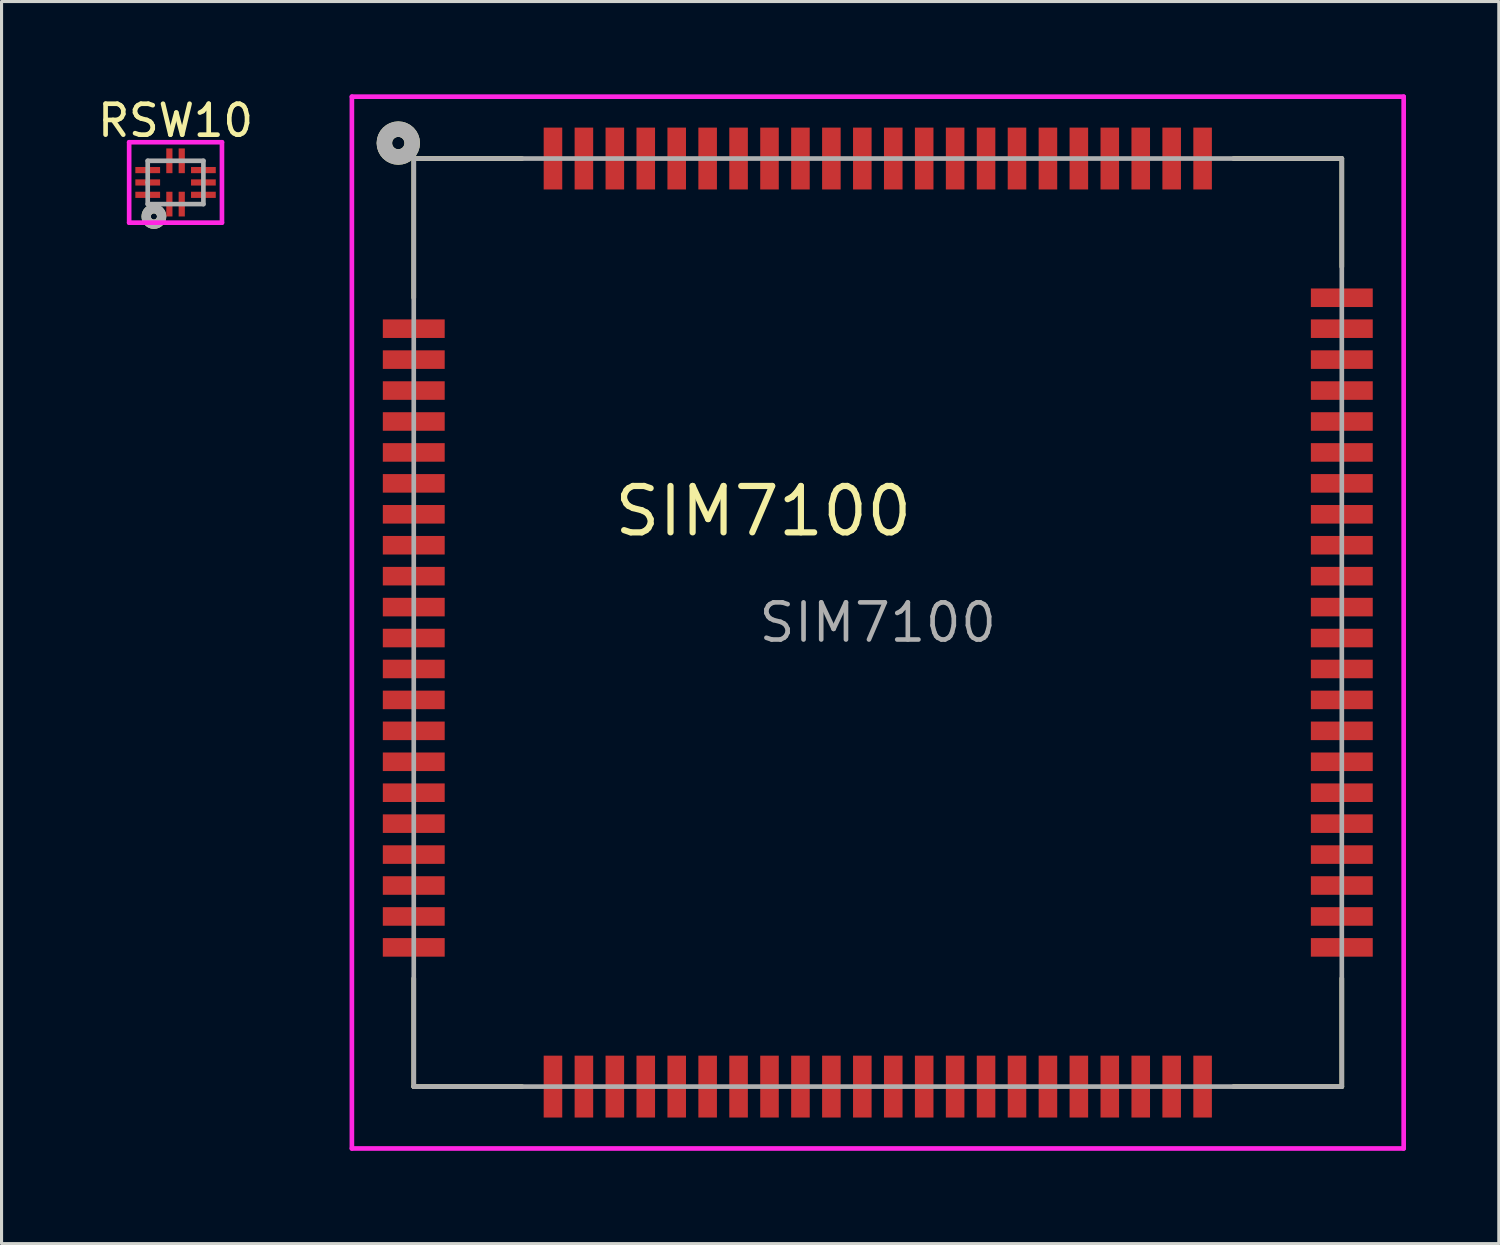
<source format=kicad_pcb>
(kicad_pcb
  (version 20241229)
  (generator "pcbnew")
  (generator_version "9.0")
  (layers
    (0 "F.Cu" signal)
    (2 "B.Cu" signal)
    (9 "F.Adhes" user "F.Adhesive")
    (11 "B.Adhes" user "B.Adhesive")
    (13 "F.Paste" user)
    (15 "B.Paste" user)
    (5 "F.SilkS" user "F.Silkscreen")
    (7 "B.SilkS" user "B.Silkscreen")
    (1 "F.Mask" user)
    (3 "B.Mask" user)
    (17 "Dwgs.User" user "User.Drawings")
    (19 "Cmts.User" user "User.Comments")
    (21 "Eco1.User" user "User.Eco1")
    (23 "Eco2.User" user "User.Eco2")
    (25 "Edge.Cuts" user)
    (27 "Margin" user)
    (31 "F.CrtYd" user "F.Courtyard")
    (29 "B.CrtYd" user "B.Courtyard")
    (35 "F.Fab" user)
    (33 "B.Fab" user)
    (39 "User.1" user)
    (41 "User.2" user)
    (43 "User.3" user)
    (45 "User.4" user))
  (footprint "SIM7100"
    (layer "F.Cu")
    (at 25.325 17.075)
    (property "Reference" "SIM7100" (at 0 0 0) (layer "F.Fab") (effects (font (size 1.2 1.2) (thickness 0.15))))
    (attr through_hole)
    (fp_line (start -15 -15) (end -15 -10.5) (stroke (width 0.15) (type solid)) (layer "F.SilkS"))
    (fp_line (start -15 15) (end -15 11.5) (stroke (width 0.15) (type solid)) (layer "F.SilkS"))
    (fp_line (start -11.5 -15) (end -15 -15) (stroke (width 0.15) (type solid)) (layer "F.SilkS"))
    (fp_line (start -11.5 15) (end -15 15) (stroke (width 0.15) (type solid)) (layer "F.SilkS"))
    (fp_line (start 11.5 -15) (end 15 -15) (stroke (width 0.15) (type solid)) (layer "F.SilkS"))
    (fp_line (start 11.5 15) (end 15 15) (stroke (width 0.15) (type solid)) (layer "F.SilkS"))
    (fp_line (start 15 -15) (end 15 -11.5) (stroke (width 0.15) (type solid)) (layer "F.SilkS"))
    (fp_line (start 15 15) (end 15 11.5) (stroke (width 0.15) (type solid)) (layer "F.SilkS"))
    (fp_circle (center -15.5 -15.5) (end -15.5 -15.3) (stroke (width 0.5) (type solid)) (fill no) (layer "F.SilkS"))
    (fp_line (start -17 -17) (end 17 -17) (stroke (width 0.15) (type solid)) (layer "F.CrtYd"))
    (fp_line (start -17 17) (end -17 -17) (stroke (width 0.15) (type solid)) (layer "F.CrtYd"))
    (fp_line (start 17 -17) (end 17 17) (stroke (width 0.15) (type solid)) (layer "F.CrtYd"))
    (fp_line (start 17 17) (end -17 17) (stroke (width 0.15) (type solid)) (layer "F.CrtYd"))
    (fp_line (start -15 -15) (end 15 -15) (stroke (width 0.15) (type solid)) (layer "F.Fab"))
    (fp_line (start -15 15) (end -15 -15) (stroke (width 0.15) (type solid)) (layer "F.Fab"))
    (fp_line (start 15 -15) (end 15 15) (stroke (width 0.15) (type solid)) (layer "F.Fab"))
    (fp_line (start 15 15) (end -15 15) (stroke (width 0.15) (type solid)) (layer "F.Fab"))
    (fp_circle (center -15.5 -15.5) (end -15.3 -15.5) (stroke (width 0.5) (type solid)) (fill no) (layer "F.Fab"))
    (fp_text user "SIM7100" (at -3.7 -3.6 0) (layer "F.SilkS") (effects (font (size 1.5 1.5) (thickness 0.2))))
    (pad "1" smd rect (at -15 -9.5 90) (size 0.6 2) (layers "F.Cu" "F.Mask" "F.Paste"))
    (pad "2" smd rect (at -15 -8.5 90) (size 0.6 2) (layers "F.Cu" "F.Mask" "F.Paste"))
    (pad "3" smd rect (at -15 -7.5 90) (size 0.6 2) (layers "F.Cu" "F.Mask" "F.Paste"))
    (pad "4" smd rect (at -15 -6.5 90) (size 0.6 2) (layers "F.Cu" "F.Mask" "F.Paste"))
    (pad "5" smd rect (at -15 -5.5 90) (size 0.6 2) (layers "F.Cu" "F.Mask" "F.Paste"))
    (pad "6" smd rect (at -15 -4.5 90) (size 0.6 2) (layers "F.Cu" "F.Mask" "F.Paste"))
    (pad "7" smd rect (at -15 -3.5 90) (size 0.6 2) (layers "F.Cu" "F.Mask" "F.Paste"))
    (pad "8" smd rect (at -15 -2.5 90) (size 0.6 2) (layers "F.Cu" "F.Mask" "F.Paste"))
    (pad "9" smd rect (at -15 -1.5 90) (size 0.6 2) (layers "F.Cu" "F.Mask" "F.Paste"))
    (pad "10" smd rect (at -15 -0.5 90) (size 0.6 2) (layers "F.Cu" "F.Mask" "F.Paste"))
    (pad "11" smd rect (at -15 0.5 90) (size 0.6 2) (layers "F.Cu" "F.Mask" "F.Paste"))
    (pad "12" smd rect (at -15 1.5 90) (size 0.6 2) (layers "F.Cu" "F.Mask" "F.Paste"))
    (pad "13" smd rect (at -15 2.5 90) (size 0.6 2) (layers "F.Cu" "F.Mask" "F.Paste"))
    (pad "14" smd rect (at -15 3.5 90) (size 0.6 2) (layers "F.Cu" "F.Mask" "F.Paste"))
    (pad "15" smd rect (at -15 4.5 90) (size 0.6 2) (layers "F.Cu" "F.Mask" "F.Paste"))
    (pad "16" smd rect (at -15 5.5 90) (size 0.6 2) (layers "F.Cu" "F.Mask" "F.Paste"))
    (pad "17" smd rect (at -15 6.5 90) (size 0.6 2) (layers "F.Cu" "F.Mask" "F.Paste"))
    (pad "18" smd rect (at -15 7.5 90) (size 0.6 2) (layers "F.Cu" "F.Mask" "F.Paste"))
    (pad "19" smd rect (at -15 8.5 90) (size 0.6 2) (layers "F.Cu" "F.Mask" "F.Paste"))
    (pad "20" smd rect (at -15 9.5 90) (size 0.6 2) (layers "F.Cu" "F.Mask" "F.Paste"))
    (pad "21" smd rect (at -9.5 15) (size 0.6 2) (layers "F.Cu" "F.Mask" "F.Paste"))
    (pad "22" smd rect (at -8.5 15) (size 0.6 2) (layers "F.Cu" "F.Mask" "F.Paste"))
    (pad "23" smd rect (at -7.5 15) (size 0.6 2) (layers "F.Cu" "F.Mask" "F.Paste"))
    (pad "24" smd rect (at -6.5 15) (size 0.6 2) (layers "F.Cu" "F.Mask" "F.Paste"))
    (pad "25" smd rect (at -5.5 15) (size 0.6 2) (layers "F.Cu" "F.Mask" "F.Paste"))
    (pad "26" smd rect (at -4.5 15) (size 0.6 2) (layers "F.Cu" "F.Mask" "F.Paste"))
    (pad "27" smd rect (at -3.5 15) (size 0.6 2) (layers "F.Cu" "F.Mask" "F.Paste"))
    (pad "28" smd rect (at -2.5 15) (size 0.6 2) (layers "F.Cu" "F.Mask" "F.Paste"))
    (pad "29" smd rect (at -1.5 15) (size 0.6 2) (layers "F.Cu" "F.Mask" "F.Paste"))
    (pad "30" smd rect (at -0.5 15) (size 0.6 2) (layers "F.Cu" "F.Mask" "F.Paste"))
    (pad "31" smd rect (at 0.5 15) (size 0.6 2) (layers "F.Cu" "F.Mask" "F.Paste"))
    (pad "32" smd rect (at 1.5 15) (size 0.6 2) (layers "F.Cu" "F.Mask" "F.Paste"))
    (pad "33" smd rect (at 2.5 15) (size 0.6 2) (layers "F.Cu" "F.Mask" "F.Paste"))
    (pad "34" smd rect (at 3.5 15) (size 0.6 2) (layers "F.Cu" "F.Mask" "F.Paste"))
    (pad "35" smd rect (at 4.5 15) (size 0.6 2) (layers "F.Cu" "F.Mask" "F.Paste"))
    (pad "36" smd rect (at 5.5 15) (size 0.6 2) (layers "F.Cu" "F.Mask" "F.Paste"))
    (pad "37" smd rect (at 6.5 15) (size 0.6 2) (layers "F.Cu" "F.Mask" "F.Paste"))
    (pad "38" smd rect (at 7.5 15) (size 0.6 2) (layers "F.Cu" "F.Mask" "F.Paste"))
    (pad "39" smd rect (at 8.5 15) (size 0.6 2) (layers "F.Cu" "F.Mask" "F.Paste"))
    (pad "40" smd rect (at 9.5 15) (size 0.6 2) (layers "F.Cu" "F.Mask" "F.Paste"))
    (pad "41" smd rect (at 15 9.5 90) (size 0.6 2) (layers "F.Cu" "F.Mask" "F.Paste"))
    (pad "42" smd rect (at 15 8.5 90) (size 0.6 2) (layers "F.Cu" "F.Mask" "F.Paste"))
    (pad "43" smd rect (at 15 7.5 90) (size 0.6 2) (layers "F.Cu" "F.Mask" "F.Paste"))
    (pad "44" smd rect (at 15 6.5 90) (size 0.6 2) (layers "F.Cu" "F.Mask" "F.Paste"))
    (pad "45" smd rect (at 15 5.5 90) (size 0.6 2) (layers "F.Cu" "F.Mask" "F.Paste"))
    (pad "46" smd rect (at 15 4.5 90) (size 0.6 2) (layers "F.Cu" "F.Mask" "F.Paste"))
    (pad "47" smd rect (at 15 3.5 90) (size 0.6 2) (layers "F.Cu" "F.Mask" "F.Paste"))
    (pad "48" smd rect (at 15 2.5 90) (size 0.6 2) (layers "F.Cu" "F.Mask" "F.Paste"))
    (pad "49" smd rect (at 15 1.5 90) (size 0.6 2) (layers "F.Cu" "F.Mask" "F.Paste"))
    (pad "50" smd rect (at 15 0.5 90) (size 0.6 2) (layers "F.Cu" "F.Mask" "F.Paste"))
    (pad "51" smd rect (at 15 -0.5 90) (size 0.6 2) (layers "F.Cu" "F.Mask" "F.Paste"))
    (pad "52" smd rect (at 15 -1.5 90) (size 0.6 2) (layers "F.Cu" "F.Mask" "F.Paste"))
    (pad "53" smd rect (at 15 -2.5 90) (size 0.6 2) (layers "F.Cu" "F.Mask" "F.Paste"))
    (pad "54" smd rect (at 15 -3.5 90) (size 0.6 2) (layers "F.Cu" "F.Mask" "F.Paste"))
    (pad "55" smd rect (at 15 -4.5 90) (size 0.6 2) (layers "F.Cu" "F.Mask" "F.Paste"))
    (pad "56" smd rect (at 15 -5.5 90) (size 0.6 2) (layers "F.Cu" "F.Mask" "F.Paste"))
    (pad "57" smd rect (at 15 -6.5 90) (size 0.6 2) (layers "F.Cu" "F.Mask" "F.Paste"))
    (pad "58" smd rect (at 15 -7.5 90) (size 0.6 2) (layers "F.Cu" "F.Mask" "F.Paste"))
    (pad "59" smd rect (at 15 -8.5 90) (size 0.6 2) (layers "F.Cu" "F.Mask" "F.Paste"))
    (pad "60" smd rect (at 15 -9.5 90) (size 0.6 2) (layers "F.Cu" "F.Mask" "F.Paste"))
    (pad "61" smd rect (at 9.5 -15) (size 0.6 2) (layers "F.Cu" "F.Mask" "F.Paste"))
    (pad "62" smd rect (at 8.5 -15) (size 0.6 2) (layers "F.Cu" "F.Mask" "F.Paste"))
    (pad "63" smd rect (at 7.5 -15) (size 0.6 2) (layers "F.Cu" "F.Mask" "F.Paste"))
    (pad "64" smd rect (at 6.5 -15) (size 0.6 2) (layers "F.Cu" "F.Mask" "F.Paste"))
    (pad "65" smd rect (at 5.5 -15) (size 0.6 2) (layers "F.Cu" "F.Mask" "F.Paste"))
    (pad "66" smd rect (at 4.5 -15) (size 0.6 2) (layers "F.Cu" "F.Mask" "F.Paste"))
    (pad "67" smd rect (at 3.5 -15) (size 0.6 2) (layers "F.Cu" "F.Mask" "F.Paste"))
    (pad "68" smd rect (at 2.5 -15) (size 0.6 2) (layers "F.Cu" "F.Mask" "F.Paste"))
    (pad "69" smd rect (at 1.5 -15) (size 0.6 2) (layers "F.Cu" "F.Mask" "F.Paste"))
    (pad "70" smd rect (at 0.5 -15) (size 0.6 2) (layers "F.Cu" "F.Mask" "F.Paste"))
    (pad "71" smd rect (at -0.5 -15) (size 0.6 2) (layers "F.Cu" "F.Mask" "F.Paste"))
    (pad "72" smd rect (at -1.5 -15) (size 0.6 2) (layers "F.Cu" "F.Mask" "F.Paste"))
    (pad "73" smd rect (at -2.5 -15) (size 0.6 2) (layers "F.Cu" "F.Mask" "F.Paste"))
    (pad "74" smd rect (at -3.5 -15) (size 0.6 2) (layers "F.Cu" "F.Mask" "F.Paste"))
    (pad "75" smd rect (at -4.5 -15) (size 0.6 2) (layers "F.Cu" "F.Mask" "F.Paste"))
    (pad "76" smd rect (at -5.5 -15) (size 0.6 2) (layers "F.Cu" "F.Mask" "F.Paste"))
    (pad "77" smd rect (at -6.5 -15) (size 0.6 2) (layers "F.Cu" "F.Mask" "F.Paste"))
    (pad "78" smd rect (at -7.5 -15) (size 0.6 2) (layers "F.Cu" "F.Mask" "F.Paste"))
    (pad "79" smd rect (at -8.5 -15) (size 0.6 2) (layers "F.Cu" "F.Mask" "F.Paste"))
    (pad "80" smd rect (at -9.5 -15) (size 0.6 2) (layers "F.Cu" "F.Mask" "F.Paste"))
    (pad "81" smd rect (at -15 10.5 90) (size 0.6 2) (layers "F.Cu" "F.Mask" "F.Paste"))
    (pad "82" smd rect (at 15 10.5 90) (size 0.6 2) (layers "F.Cu" "F.Mask" "F.Paste"))
    (pad "83" smd rect (at 10.5 15) (size 0.6 2) (layers "F.Cu" "F.Mask" "F.Paste"))
    (pad "84" smd rect (at -10.5 15) (size 0.6 2) (layers "F.Cu" "F.Mask" "F.Paste"))
    (pad "85" smd rect (at 15 -10.5 90) (size 0.6 2) (layers "F.Cu" "F.Mask" "F.Paste"))
    (pad "86" smd rect (at -10.5 -15) (size 0.6 2) (layers "F.Cu" "F.Mask" "F.Paste"))
    (pad "87" smd rect (at 10.5 -15) (size 0.6 2) (layers "F.Cu" "F.Mask" "F.Paste")))
  (footprint "RSW10"
    (layer "F.Cu")
    (at 2.625 2.848)
    (property "Reference" "RSW10" (at 0 -2 0) (layer "F.SilkS") (effects (font (size 1 1) (thickness 0.15))))
    (attr through_hole)
    (fp_circle (center -0.7 1.1) (end -0.6 1.1) (stroke (width 0.3) (type solid)) (fill no) (layer "F.SilkS"))
    (fp_line (start -1.5 -1.3) (end 1.5 -1.3) (stroke (width 0.15) (type solid)) (layer "F.CrtYd"))
    (fp_line (start -1.5 1.3) (end -1.5 -1.3) (stroke (width 0.15) (type solid)) (layer "F.CrtYd"))
    (fp_line (start 1.5 -1.3) (end 1.5 1.3) (stroke (width 0.15) (type solid)) (layer "F.CrtYd"))
    (fp_line (start 1.5 1.3) (end -1.5 1.3) (stroke (width 0.15) (type solid)) (layer "F.CrtYd"))
    (fp_line (start -0.9 -0.7) (end 0.9 -0.7) (stroke (width 0.15) (type solid)) (layer "F.Fab"))
    (fp_line (start -0.9 0) (end -0.9 -0.7) (stroke (width 0.15) (type solid)) (layer "F.Fab"))
    (fp_line (start -0.9 0.7) (end -0.9 0) (stroke (width 0.15) (type solid)) (layer "F.Fab"))
    (fp_line (start 0.9 -0.7) (end 0.9 0.7) (stroke (width 0.15) (type solid)) (layer "F.Fab"))
    (fp_line (start 0.9 0.7) (end -0.9 0.7) (stroke (width 0.15) (type solid)) (layer "F.Fab"))
    (fp_circle (center -0.7 1.1) (end -0.6 1.1) (stroke (width 0.3) (type solid)) (fill no) (layer "F.Fab"))
    (pad "1" smd rect (at -0.2 0.7) (size 0.2 0.8) (layers "F.Cu" "F.Mask" "F.Paste"))
    (pad "2" smd rect (at 0.2 0.7) (size 0.2 0.8) (layers "F.Cu" "F.Mask" "F.Paste"))
    (pad "3" smd rect (at 0.9 0.4 90) (size 0.2 0.8) (layers "F.Cu" "F.Mask" "F.Paste"))
    (pad "4" smd rect (at 0.9 0 90) (size 0.2 0.8) (layers "F.Cu" "F.Mask" "F.Paste"))
    (pad "5" smd rect (at 0.9 -0.4 90) (size 0.2 0.8) (layers "F.Cu" "F.Mask" "F.Paste"))
    (pad "6" smd rect (at 0.2 -0.7) (size 0.2 0.8) (layers "F.Cu" "F.Mask" "F.Paste"))
    (pad "7" smd rect (at -0.2 -0.7) (size 0.2 0.8) (layers "F.Cu" "F.Mask" "F.Paste"))
    (pad "8" smd rect (at -0.9 -0.4 90) (size 0.2 0.8) (layers "F.Cu" "F.Mask" "F.Paste"))
    (pad "9" smd rect (at -0.9 0 90) (size 0.2 0.8) (layers "F.Cu" "F.Mask" "F.Paste"))
    (pad "10" smd rect (at -0.9 0.4 90) (size 0.2 0.8) (layers "F.Cu" "F.Mask" "F.Paste")))
  (gr_rect
    (start -3 -3)
    (end 45.4 37.15)
    (stroke (width 0.1) (type default))
    (fill no)
    (layer "Edge.Cuts")))
</source>
